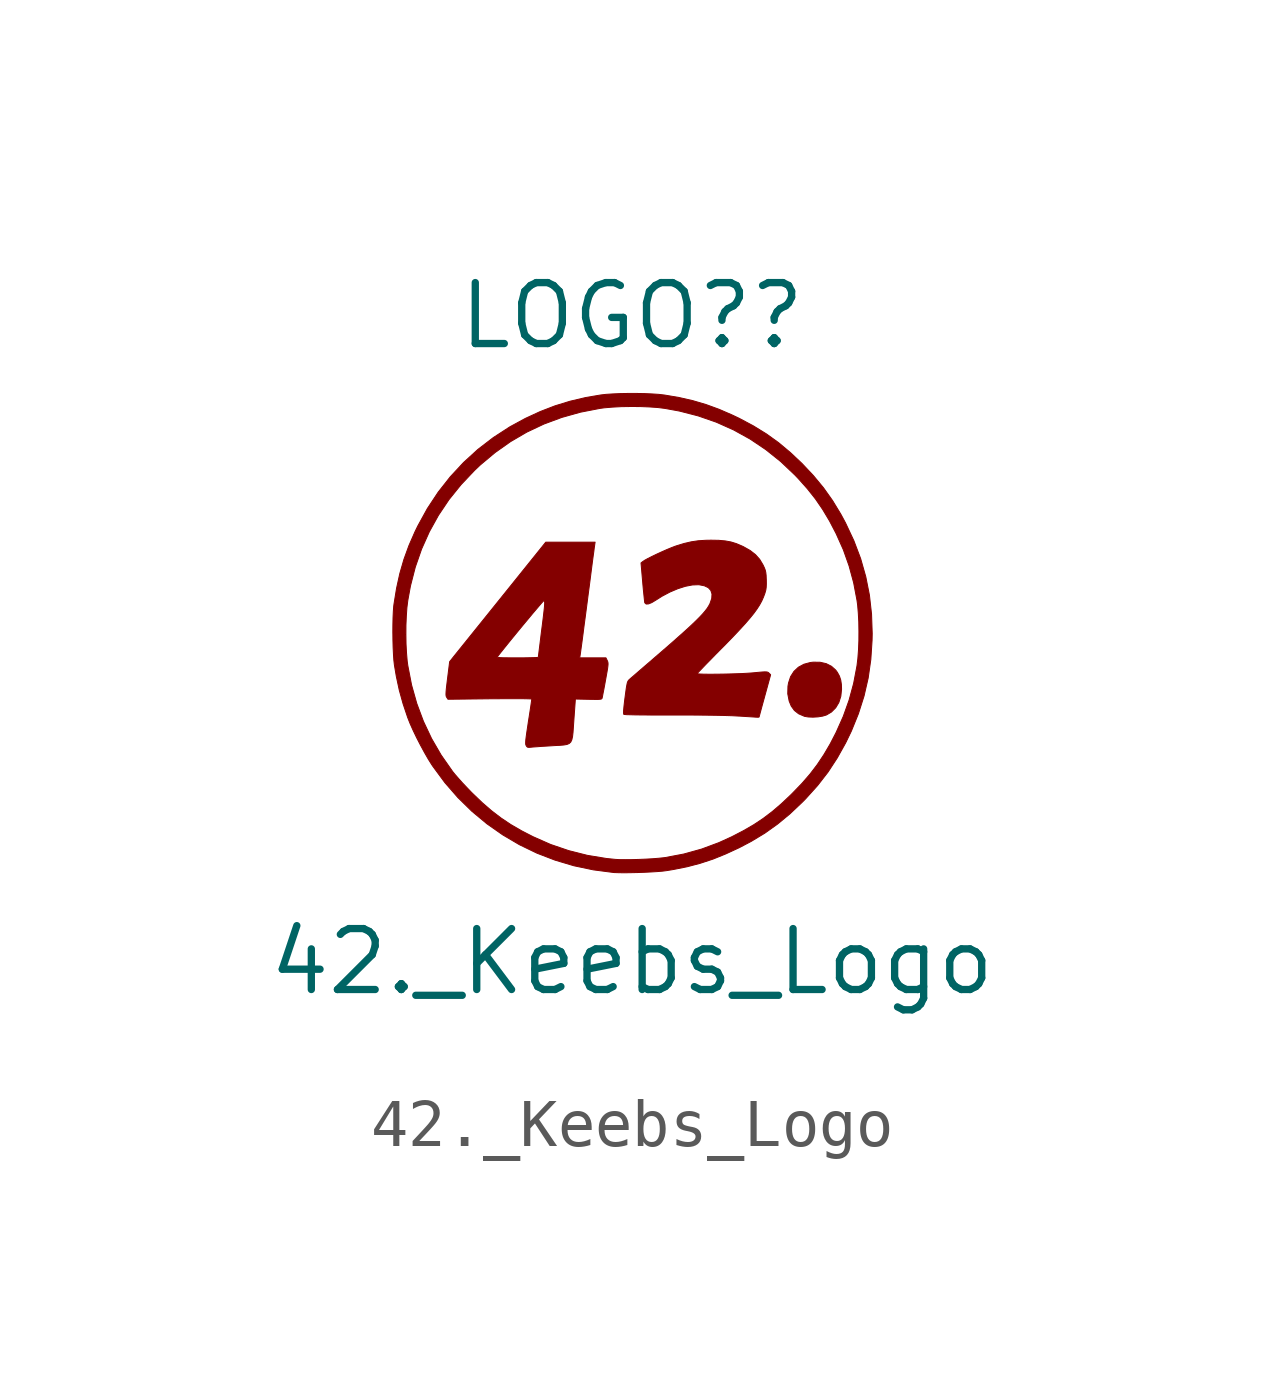
<source format=kicad_sym>
(kicad_symbol_lib
  (version 20211014)
  (generator kicad_symbol_editor)
  (symbol "42._Keebs_Logo"
    (pin_names
      (offset 1.016))
    (property "Reference" "LOGO?"
      (at 0 6.604 0)
      (effects (font (size 1.27 1.27))))
    (property "Value" "42._Keebs_Logo"
      (at 0 -6.858 0)
      (effects (font (size 1.27 1.27))))
    (symbol "42._Keebs_Logo_0_0"
      (polyline (pts (xy 3.876 -1.756) (xy 3.974 -1.74) (xy 4.053 -1.716) (xy 4.156 -1.655) (xy 4.245 -1.566) (xy 4.311 -1.455) (xy 4.352 -1.325) (xy 4.367 -1.18) (xy 4.364 -1.083) (xy 4.35 -0.989) (xy 4.323 -0.907) (xy 4.279 -0.827) (xy 4.245 -0.781) (xy 4.157 -0.702) (xy 4.048 -0.647) (xy 3.92 -0.618) (xy 3.776 -0.616) (xy 3.717 -0.623) (xy 3.583 -0.659) (xy 3.468 -0.721) (xy 3.375 -0.808) (xy 3.305 -0.918) (xy 3.262 -1.049) (xy 3.25 -1.118) (xy 3.246 -1.275) (xy 3.275 -1.425) (xy 3.318 -1.53) (xy 3.384 -1.622) (xy 3.473 -1.692) (xy 3.588 -1.742) (xy 3.592 -1.744) (xy 3.672 -1.758) (xy 3.771 -1.762) (xy 3.876 -1.756)) (stroke (width 0.01) (type default) (color 0 0 0 0)) (fill (type outline)))
      (polyline (pts (xy -2.098 -2.388) (xy -2.095 -2.387) (xy -2.049 -2.383) (xy -1.976 -2.378) (xy -1.884 -2.371) (xy -1.78 -2.365) (xy -1.669 -2.358) (xy -1.61 -2.354) (xy -1.503 -2.349) (xy -1.42 -2.342) (xy -1.356 -2.331) (xy -1.309 -2.311) (xy -1.276 -2.28) (xy -1.254 -2.233) (xy -1.239 -2.167) (xy -1.229 -2.078) (xy -1.221 -1.962) (xy -1.211 -1.817) (xy -1.18 -1.384) (xy -0.906 -1.39) (xy -0.855 -1.391) (xy -0.766 -1.392) (xy -0.705 -1.392) (xy -0.664 -1.389) (xy -0.64 -1.384) (xy -0.628 -1.376) (xy -0.623 -1.364) (xy -0.622 -1.361) (xy -0.615 -1.329) (xy -0.604 -1.269) (xy -0.588 -1.189) (xy -0.57 -1.093) (xy -0.551 -0.987) (xy -0.54 -0.926) (xy -0.522 -0.825) (xy -0.509 -0.749) (xy -0.502 -0.694) (xy -0.499 -0.655) (xy -0.501 -0.627) (xy -0.506 -0.605) (xy -0.515 -0.584) (xy -0.543 -0.526) (xy -1.09 -0.526) (xy -1.081 -0.471) (xy -1.08 -0.465) (xy -1.074 -0.426) (xy -1.065 -0.358) (xy -1.052 -0.264) (xy -1.036 -0.146) (xy -1.018 -0.007) (xy -0.998 0.15) (xy -0.975 0.321) (xy -0.951 0.504) (xy -0.926 0.696) (xy -0.916 0.775) (xy -0.891 0.963) (xy -0.868 1.14) (xy -0.847 1.305) (xy -0.828 1.452) (xy -0.811 1.581) (xy -0.796 1.688) (xy -0.786 1.77) (xy -0.778 1.823) (xy -0.775 1.847) (xy -0.769 1.885) (xy -1.797 1.885) (xy -2.799 0.639) (xy -3.72 -0.505) (xy -2.806 -0.505) (xy -2.799 -0.496) (xy -2.743 -0.424) (xy -2.675 -0.339) (xy -2.597 -0.242) (xy -2.512 -0.137) (xy -2.422 -0.027) (xy -2.331 0.084) (xy -2.24 0.194) (xy -2.152 0.299) (xy -2.071 0.397) (xy -1.997 0.484) (xy -1.935 0.557) (xy -1.886 0.614) (xy -1.854 0.649) (xy -1.84 0.662) (xy -1.839 0.662) (xy -1.831 0.661) (xy -1.824 0.654) (xy -1.821 0.639) (xy -1.82 0.612) (xy -1.822 0.571) (xy -1.827 0.512) (xy -1.836 0.432) (xy -1.848 0.328) (xy -1.864 0.196) (xy -1.885 0.034) (xy -1.894 -0.037) (xy -1.909 -0.162) (xy -1.923 -0.275) (xy -1.935 -0.371) (xy -1.944 -0.445) (xy -1.95 -0.494) (xy -1.952 -0.514) (xy -1.965 -0.517) (xy -2.008 -0.52) (xy -2.076 -0.522) (xy -2.165 -0.524) (xy -2.27 -0.526) (xy -2.388 -0.526) (xy -2.495 -0.526) (xy -2.608 -0.525) (xy -2.692 -0.524) (xy -2.751 -0.521) (xy -2.788 -0.517) (xy -2.805 -0.512) (xy -2.806 -0.505) (xy -3.72 -0.505) (xy -3.8 -0.606) (xy -3.844 -0.958) (xy -3.846 -0.974) (xy -3.86 -1.089) (xy -3.87 -1.175) (xy -3.875 -1.238) (xy -3.877 -1.282) (xy -3.875 -1.313) (xy -3.87 -1.333) (xy -3.861 -1.349) (xy -3.835 -1.389) (xy -2.962 -1.379) (xy -2.785 -1.378) (xy -2.615 -1.377) (xy -2.464 -1.377) (xy -2.335 -1.377) (xy -2.231 -1.378) (xy -2.153 -1.38) (xy -2.105 -1.382) (xy -2.088 -1.385) (xy -2.088 -1.385) (xy -2.091 -1.407) (xy -2.098 -1.456) (xy -2.109 -1.531) (xy -2.123 -1.625) (xy -2.14 -1.735) (xy -2.159 -1.855) (xy -2.176 -1.97) (xy -2.193 -2.083) (xy -2.205 -2.17) (xy -2.213 -2.235) (xy -2.216 -2.282) (xy -2.216 -2.315) (xy -2.213 -2.337) (xy -2.206 -2.353) (xy -2.197 -2.369) (xy -2.179 -2.387) (xy -2.149 -2.392) (xy -2.098 -2.388)) (stroke (width 0.01) (type default) (color 0 0 0 0)) (fill (type outline)))
      (polyline (pts (xy 2.649 -1.759) (xy 2.653 -1.742) (xy 2.665 -1.696) (xy 2.684 -1.626) (xy 2.708 -1.537) (xy 2.737 -1.432) (xy 2.769 -1.315) (xy 2.889 -0.878) (xy 2.855 -0.844) (xy 2.853 -0.842) (xy 2.84 -0.83) (xy 2.824 -0.823) (xy 2.801 -0.819) (xy 2.765 -0.818) (xy 2.711 -0.821) (xy 2.633 -0.828) (xy 2.527 -0.838) (xy 2.494 -0.841) (xy 2.404 -0.847) (xy 2.298 -0.853) (xy 2.181 -0.857) (xy 2.057 -0.861) (xy 1.93 -0.864) (xy 1.806 -0.866) (xy 1.688 -0.867) (xy 1.581 -0.867) (xy 1.49 -0.866) (xy 1.42 -0.863) (xy 1.375 -0.86) (xy 1.358 -0.855) (xy 1.36 -0.851) (xy 1.381 -0.828) (xy 1.423 -0.784) (xy 1.482 -0.722) (xy 1.556 -0.645) (xy 1.644 -0.556) (xy 1.741 -0.456) (xy 1.847 -0.349) (xy 1.958 -0.237) (xy 2.114 -0.076) (xy 2.248 0.066) (xy 2.362 0.191) (xy 2.458 0.302) (xy 2.539 0.402) (xy 2.605 0.493) (xy 2.659 0.577) (xy 2.703 0.657) (xy 2.738 0.736) (xy 2.768 0.815) (xy 2.773 0.832) (xy 2.789 0.889) (xy 2.797 0.946) (xy 2.8 1.014) (xy 2.799 1.105) (xy 2.798 1.113) (xy 2.795 1.194) (xy 2.788 1.254) (xy 2.777 1.302) (xy 2.758 1.352) (xy 2.729 1.413) (xy 2.66 1.528) (xy 2.572 1.626) (xy 2.461 1.712) (xy 2.321 1.791) (xy 2.291 1.805) (xy 2.176 1.854) (xy 2.063 1.889) (xy 1.943 1.911) (xy 1.807 1.923) (xy 1.647 1.926) (xy 1.537 1.924) (xy 1.381 1.914) (xy 1.234 1.892) (xy 1.084 1.857) (xy 0.918 1.806) (xy 0.895 1.798) (xy 0.815 1.767) (xy 0.721 1.728) (xy 0.62 1.683) (xy 0.517 1.636) (xy 0.42 1.589) (xy 0.334 1.546) (xy 0.267 1.509) (xy 0.225 1.481) (xy 0.188 1.452) (xy 0.222 1.061) (xy 0.227 1.001) (xy 0.237 0.892) (xy 0.247 0.795) (xy 0.255 0.716) (xy 0.261 0.66) (xy 0.264 0.632) (xy 0.269 0.619) (xy 0.296 0.595) (xy 0.344 0.598) (xy 0.413 0.626) (xy 0.504 0.681) (xy 0.627 0.759) (xy 0.792 0.846) (xy 0.955 0.915) (xy 1.112 0.965) (xy 1.257 0.993) (xy 1.385 0.998) (xy 1.399 0.997) (xy 1.508 0.976) (xy 1.59 0.937) (xy 1.643 0.879) (xy 1.667 0.804) (xy 1.662 0.713) (xy 1.626 0.607) (xy 1.622 0.599) (xy 1.597 0.553) (xy 1.565 0.503) (xy 1.524 0.45) (xy 1.472 0.389) (xy 1.408 0.321) (xy 1.33 0.243) (xy 1.236 0.153) (xy 1.124 0.05) (xy 0.993 -0.067) (xy 0.841 -0.202) (xy 0.666 -0.354) (xy 0.467 -0.526) (xy 0.375 -0.606) (xy 0.271 -0.695) (xy 0.176 -0.777) (xy 0.094 -0.848) (xy 0.027 -0.906) (xy -0.021 -0.947) (xy -0.046 -0.969) (xy -0.06 -0.981) (xy -0.075 -0.998) (xy -0.087 -1.018) (xy -0.098 -1.047) (xy -0.107 -1.09) (xy -0.118 -1.152) (xy -0.13 -1.237) (xy -0.145 -1.351) (xy -0.153 -1.412) (xy -0.167 -1.534) (xy -0.175 -1.623) (xy -0.176 -1.679) (xy -0.172 -1.703) (xy -0.157 -1.706) (xy -0.108 -1.71) (xy -0.026 -1.712) (xy 0.087 -1.715) (xy 0.233 -1.716) (xy 0.409 -1.718) (xy 0.616 -1.718) (xy 0.852 -1.718) (xy 0.966 -1.718) (xy 1.253 -1.718) (xy 1.509 -1.72) (xy 1.734 -1.723) (xy 1.927 -1.727) (xy 2.088 -1.732) (xy 2.216 -1.739) (xy 2.245 -1.74) (xy 2.352 -1.747) (xy 2.448 -1.753) (xy 2.526 -1.758) (xy 2.583 -1.762) (xy 2.61 -1.763) (xy 2.634 -1.763) (xy 2.649 -1.759)) (stroke (width 0.01) (type default) (color 0 0 0 0)) (fill (type outline)))
      (polyline (pts (xy -0.033 -5.003) (xy 0.11 -5) (xy 0.256 -4.995) (xy 0.397 -4.988) (xy 0.526 -4.98) (xy 0.637 -4.971) (xy 0.722 -4.96) (xy 0.861 -4.937) (xy 1.151 -4.879) (xy 1.423 -4.807) (xy 1.688 -4.72) (xy 1.954 -4.612) (xy 2.233 -4.483) (xy 2.484 -4.351) (xy 2.767 -4.18) (xy 3.032 -3.991) (xy 3.288 -3.78) (xy 3.541 -3.541) (xy 3.622 -3.459) (xy 3.868 -3.186) (xy 4.085 -2.906) (xy 4.278 -2.611) (xy 4.453 -2.297) (xy 4.571 -2.053) (xy 4.719 -1.688) (xy 4.836 -1.32) (xy 4.922 -0.945) (xy 4.977 -0.56) (xy 5.003 -0.161) (xy 5.006 -0.019) (xy 4.992 0.386) (xy 4.948 0.78) (xy 4.872 1.164) (xy 4.765 1.541) (xy 4.624 1.914) (xy 4.45 2.285) (xy 4.351 2.469) (xy 4.179 2.752) (xy 3.991 3.017) (xy 3.78 3.272) (xy 3.542 3.525) (xy 3.302 3.751) (xy 3.055 3.958) (xy 2.799 4.142) (xy 2.528 4.309) (xy 2.233 4.466) (xy 2.092 4.533) (xy 1.816 4.653) (xy 1.545 4.752) (xy 1.27 4.833) (xy 0.982 4.899) (xy 0.671 4.952) (xy 0.668 4.952) (xy 0.556 4.965) (xy 0.417 4.974) (xy 0.261 4.981) (xy 0.092 4.984) (xy -0.079 4.984) (xy -0.247 4.981) (xy -0.404 4.974) (xy -0.542 4.965) (xy -0.654 4.952) (xy -0.964 4.899) (xy -1.291 4.822) (xy -1.604 4.726) (xy -1.912 4.607) (xy -2.224 4.463) (xy -2.544 4.289) (xy -2.888 4.066) (xy -3.211 3.818) (xy -3.51 3.545) (xy -3.786 3.248) (xy -4.038 2.928) (xy -4.264 2.586) (xy -4.463 2.224) (xy -4.523 2.101) (xy -4.649 1.813) (xy -4.753 1.527) (xy -4.838 1.234) (xy -4.906 0.926) (xy -4.96 0.594) (xy -4.966 0.548) (xy -4.974 0.439) (xy -4.98 0.307) (xy -4.983 0.16) (xy -4.984 0.003) (xy -4.983 -0.043) (xy -4.712 -0.043) (xy -4.711 0.155) (xy -4.703 0.346) (xy -4.691 0.521) (xy -4.672 0.671) (xy -4.617 0.972) (xy -4.516 1.365) (xy -4.385 1.741) (xy -4.224 2.101) (xy -4.034 2.444) (xy -3.814 2.772) (xy -3.563 3.083) (xy -3.283 3.379) (xy -3.162 3.494) (xy -2.854 3.752) (xy -2.531 3.98) (xy -2.192 4.178) (xy -1.836 4.346) (xy -1.464 4.484) (xy -1.076 4.593) (xy -0.671 4.672) (xy -0.576 4.685) (xy -0.409 4.699) (xy -0.223 4.709) (xy -0.026 4.712) (xy 0.172 4.711) (xy 0.363 4.703) (xy 0.537 4.691) (xy 0.688 4.672) (xy 0.988 4.617) (xy 1.38 4.516) (xy 1.757 4.385) (xy 2.117 4.224) (xy 2.462 4.033) (xy 2.789 3.813) (xy 3.101 3.563) (xy 3.396 3.283) (xy 3.465 3.211) (xy 3.655 2.998) (xy 3.823 2.786) (xy 3.975 2.564) (xy 4.117 2.326) (xy 4.254 2.063) (xy 4.404 1.728) (xy 4.524 1.39) (xy 4.619 1.04) (xy 4.689 0.671) (xy 4.702 0.576) (xy 4.716 0.409) (xy 4.726 0.223) (xy 4.729 0.026) (xy 4.728 -0.172) (xy 4.72 -0.363) (xy 4.707 -0.538) (xy 4.689 -0.688) (xy 4.689 -0.69) (xy 4.619 -1.058) (xy 4.524 -1.408) (xy 4.403 -1.746) (xy 4.254 -2.08) (xy 4.13 -2.32) (xy 3.999 -2.543) (xy 3.861 -2.75) (xy 3.711 -2.947) (xy 3.541 -3.143) (xy 3.346 -3.345) (xy 3.31 -3.381) (xy 3.114 -3.566) (xy 2.924 -3.729) (xy 2.734 -3.873) (xy 2.535 -4.005) (xy 2.319 -4.13) (xy 2.08 -4.254) (xy 1.81 -4.377) (xy 1.45 -4.511) (xy 1.08 -4.614) (xy 0.696 -4.687) (xy 0.658 -4.692) (xy 0.552 -4.703) (xy 0.424 -4.713) (xy 0.283 -4.721) (xy 0.137 -4.727) (xy -0.008 -4.731) (xy -0.142 -4.732) (xy -0.258 -4.731) (xy -0.348 -4.726) (xy -0.533 -4.707) (xy -0.929 -4.642) (xy -1.317 -4.544) (xy -1.696 -4.415) (xy -2.063 -4.253) (xy -2.302 -4.13) (xy -2.526 -4) (xy -2.732 -3.862) (xy -2.929 -3.711) (xy -3.125 -3.541) (xy -3.328 -3.346) (xy -3.352 -3.322) (xy -3.443 -3.227) (xy -3.534 -3.131) (xy -3.617 -3.038) (xy -3.688 -2.956) (xy -3.741 -2.891) (xy -3.744 -2.886) (xy -3.977 -2.553) (xy -4.177 -2.208) (xy -4.346 -1.85) (xy -4.485 -1.478) (xy -4.594 -1.091) (xy -4.672 -0.688) (xy -4.685 -0.593) (xy -4.699 -0.426) (xy -4.709 -0.24) (xy -4.712 -0.043) (xy -4.983 -0.043) (xy -4.982 -0.156) (xy -4.978 -0.31) (xy -4.971 -0.452) (xy -4.963 -0.574) (xy -4.952 -0.671) (xy -4.912 -0.909) (xy -4.85 -1.198) (xy -4.771 -1.482) (xy -4.673 -1.774) (xy -4.672 -1.776) (xy -4.624 -1.897) (xy -4.561 -2.038) (xy -4.488 -2.19) (xy -4.408 -2.345) (xy -4.326 -2.496) (xy -4.247 -2.634) (xy -4.174 -2.751) (xy -4.146 -2.792) (xy -3.899 -3.127) (xy -3.628 -3.438) (xy -3.337 -3.723) (xy -3.025 -3.983) (xy -2.694 -4.215) (xy -2.346 -4.42) (xy -1.982 -4.596) (xy -1.603 -4.742) (xy -1.21 -4.859) (xy -0.806 -4.944) (xy -0.391 -4.998) (xy -0.371 -5) (xy -0.28 -5.003) (xy -0.165 -5.005) (xy -0.033 -5.003)) (stroke (width 0.01) (type default) (color 0 0 0 0)) (fill (type outline))))))
</source>
